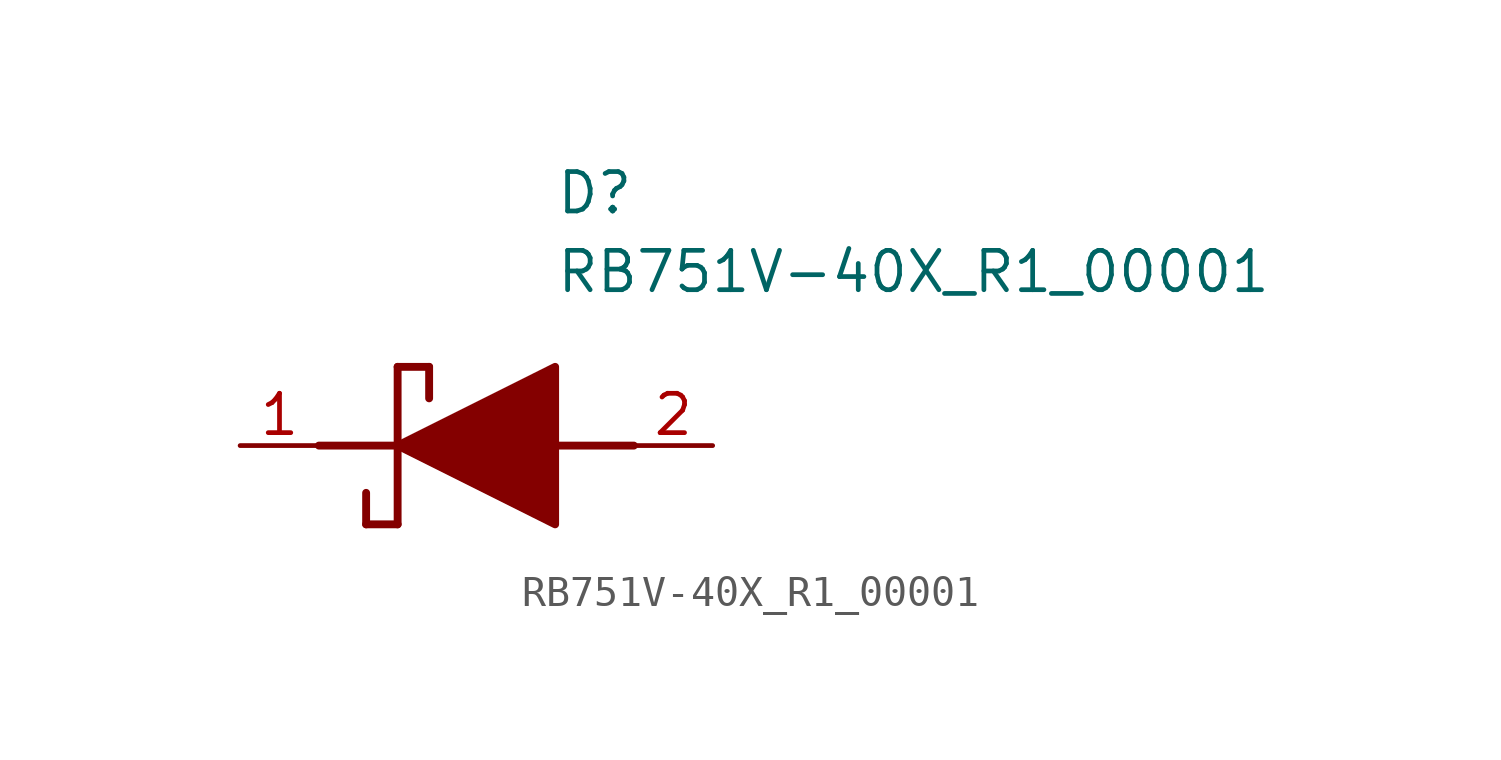
<source format=kicad_sym>
(kicad_symbol_lib
  (version 20211014)
  (generator SamacSys_ECAD_Model)
  (symbol "RB751V-40X_R1_00001"
    (pin_names hide)
    (property "Reference" "D"
      (at 12.7 8.89 0)
      (effects (font (size 1.27 1.27)) (justify left top)))
    (property "Value" "RB751V-40X_R1_00001"
      (at 12.7 6.35 0)
      (effects (font (size 1.27 1.27)) (justify left top)))
    (polyline
      (pts (xy 7.62 2.54) (xy 7.62 -2.54))
      (stroke (width 0.254) (type default))
      (fill (type none)))
    (polyline
      (pts (xy 7.62 2.54) (xy 8.636 2.54))
      (stroke (width 0.254) (type default))
      (fill (type none)))
    (polyline
      (pts (xy 8.636 1.524) (xy 8.636 2.54))
      (stroke (width 0.254) (type default))
      (fill (type none)))
    (polyline
      (pts (xy 7.62 -2.54) (xy 6.604 -2.54))
      (stroke (width 0.254) (type default))
      (fill (type none)))
    (polyline
      (pts (xy 6.604 -1.524) (xy 6.604 -2.54))
      (stroke (width 0.254) (type default))
      (fill (type none)))
    (polyline
      (pts (xy 5.08 0) (xy 7.62 0))
      (stroke (width 0.254) (type default))
      (fill (type none)))
    (polyline
      (pts (xy 12.7 0) (xy 15.24 0))
      (stroke (width 0.254) (type default))
      (fill (type none)))
    (polyline
      (pts (xy 7.62 0) (xy 12.7 2.54) (xy 12.7 -2.54) (xy 7.62 0))
      (stroke (width 0.254) (type default))
      (fill (type outline)))
    (pin passive line
      (at 2.54 0 0)
      (length 2.54)
      (name "K" (effects (font (size 1.27 1.27))))
      (number "1" (effects (font (size 1.27 1.27)))))
    (pin passive line
      (at 17.78 0 180)
      (length 2.54)
      (name "A" (effects (font (size 1.27 1.27))))
      (number "2" (effects (font (size 1.27 1.27)))))))
</source>
